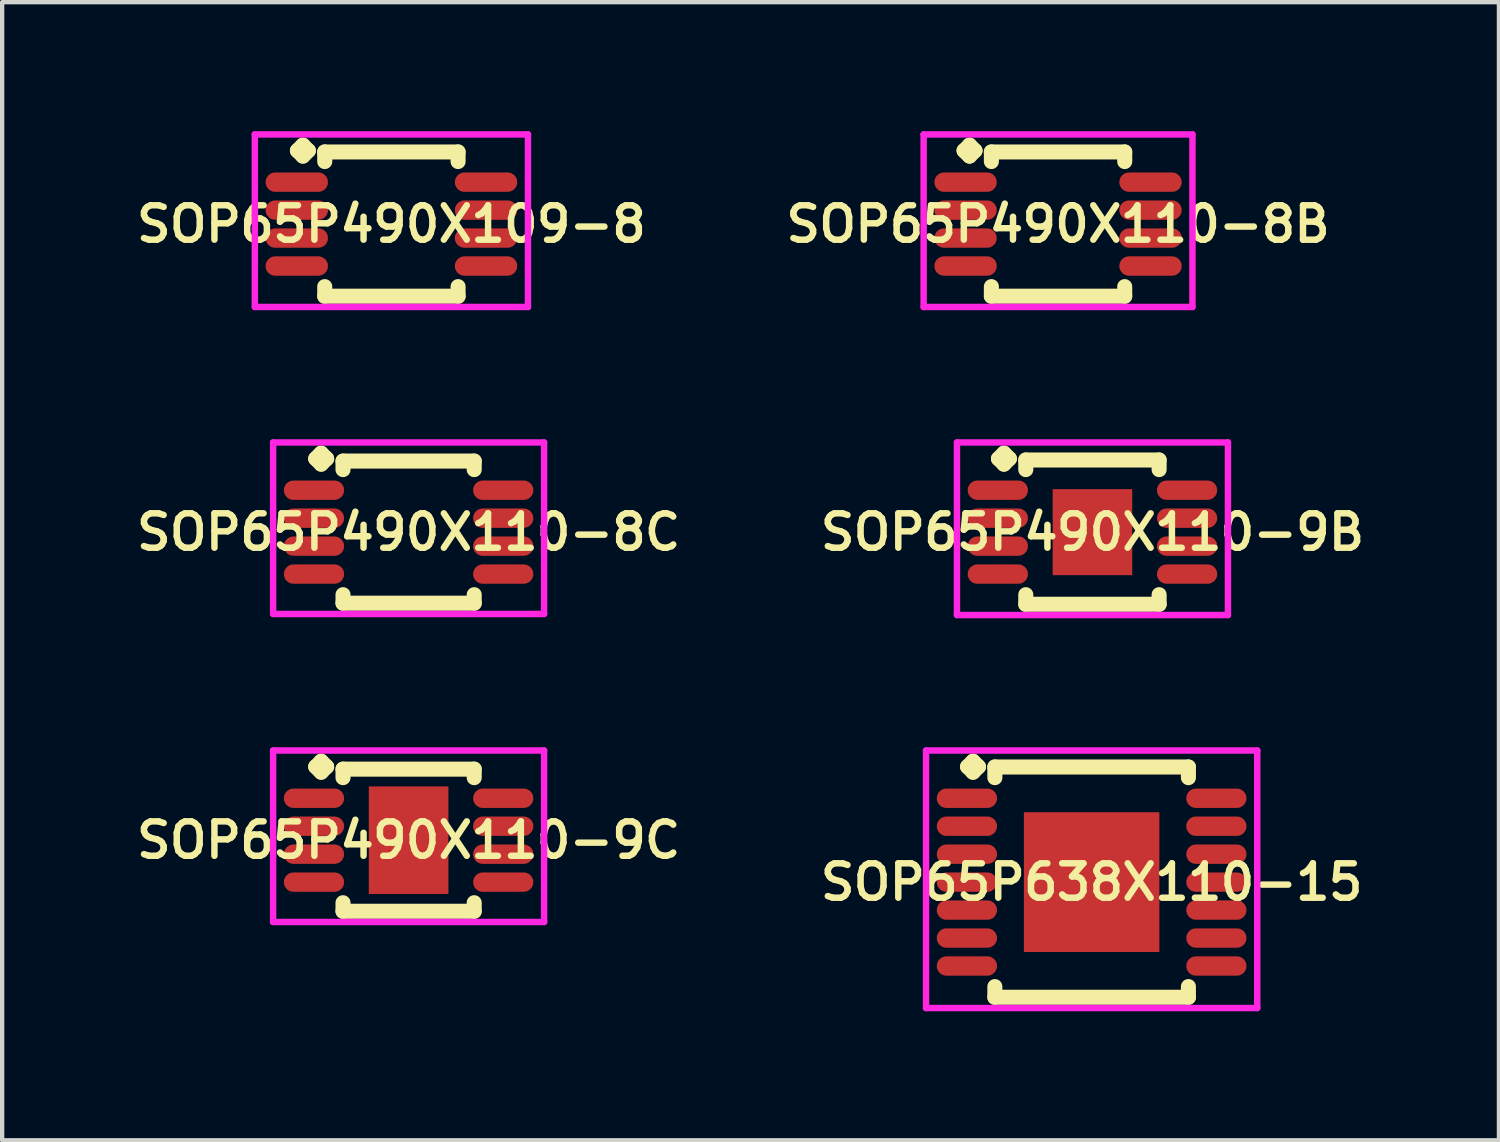
<source format=kicad_pcb>
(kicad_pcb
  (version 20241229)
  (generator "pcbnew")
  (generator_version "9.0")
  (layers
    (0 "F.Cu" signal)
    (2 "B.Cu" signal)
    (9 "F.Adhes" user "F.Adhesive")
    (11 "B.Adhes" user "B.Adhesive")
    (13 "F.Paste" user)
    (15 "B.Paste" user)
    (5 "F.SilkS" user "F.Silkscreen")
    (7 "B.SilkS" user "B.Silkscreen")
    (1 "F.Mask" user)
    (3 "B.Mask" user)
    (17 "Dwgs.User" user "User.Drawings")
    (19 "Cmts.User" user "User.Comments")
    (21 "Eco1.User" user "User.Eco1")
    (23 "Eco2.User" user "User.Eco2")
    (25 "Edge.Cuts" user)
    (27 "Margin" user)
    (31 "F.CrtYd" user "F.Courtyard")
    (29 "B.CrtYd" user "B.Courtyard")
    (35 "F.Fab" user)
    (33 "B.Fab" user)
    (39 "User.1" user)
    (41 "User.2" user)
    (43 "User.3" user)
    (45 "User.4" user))
  (footprint "SOP65P490X109-8"
    (layer "F.Cu")
    (at 6.05 2.16)
    (property "Reference" "SOP65P490X109-8" (at 0 0 0) (layer "F.SilkS") (effects (font (size 0.8 0.8) (thickness 0.15))))
    (attr smd)
    (fp_line (start -2.185 -1.708) (end -2.058 -1.835) (stroke (width 0.35) (type solid)) (layer "F.SilkS"))
    (fp_line (start -2.058 -1.835) (end -1.931 -1.708) (stroke (width 0.35) (type solid)) (layer "F.SilkS"))
    (fp_line (start -2.058 -1.581) (end -2.185 -1.708) (stroke (width 0.35) (type solid)) (layer "F.SilkS"))
    (fp_line (start -1.931 -1.708) (end -2.058 -1.581) (stroke (width 0.35) (type solid)) (layer "F.SilkS"))
    (fp_line (start -1.55 -1.677) (end 1.55 -1.677) (stroke (width 0.35) (type solid)) (layer "F.SilkS"))
    (fp_line (start -1.55 -1.454) (end -1.55 -1.677) (stroke (width 0.35) (type solid)) (layer "F.SilkS"))
    (fp_line (start -1.55 1.454) (end -1.55 1.677) (stroke (width 0.35) (type solid)) (layer "F.SilkS"))
    (fp_line (start -1.55 1.677) (end 1.55 1.677) (stroke (width 0.35) (type solid)) (layer "F.SilkS"))
    (fp_line (start 1.55 -1.677) (end 1.55 -1.454) (stroke (width 0.35) (type solid)) (layer "F.SilkS"))
    (fp_line (start 1.55 1.677) (end 1.55 1.454) (stroke (width 0.35) (type solid)) (layer "F.SilkS"))
    (fp_line (start -3.175 -2.085) (end 3.175 -2.085) (stroke (width 0.15) (type solid)) (layer "F.CrtYd"))
    (fp_line (start -3.175 1.927) (end -3.175 -2.085) (stroke (width 0.15) (type solid)) (layer "F.CrtYd"))
    (fp_line (start 3.175 -2.085) (end 3.175 1.927) (stroke (width 0.15) (type solid)) (layer "F.CrtYd"))
    (fp_line (start 3.175 1.927) (end -3.175 1.927) (stroke (width 0.15) (type solid)) (layer "F.CrtYd"))
    (pad "1" smd oval (at -2.2 -0.975) (size 1.45 0.45) (layers "F.Cu" "F.Mask" "F.Paste"))
    (pad "2" smd oval (at -2.2 -0.325) (size 1.45 0.45) (layers "F.Cu" "F.Mask" "F.Paste"))
    (pad "3" smd oval (at -2.2 0.325) (size 1.45 0.45) (layers "F.Cu" "F.Mask" "F.Paste"))
    (pad "4" smd oval (at -2.2 0.975) (size 1.45 0.45) (layers "F.Cu" "F.Mask" "F.Paste"))
    (pad "5" smd oval (at 2.2 0.975) (size 1.45 0.45) (layers "F.Cu" "F.Mask" "F.Paste"))
    (pad "6" smd oval (at 2.2 0.325) (size 1.45 0.45) (layers "F.Cu" "F.Mask" "F.Paste"))
    (pad "7" smd oval (at 2.2 -0.325) (size 1.45 0.45) (layers "F.Cu" "F.Mask" "F.Paste"))
    (pad "8" smd oval (at 2.2 -0.975) (size 1.45 0.45) (layers "F.Cu" "F.Mask" "F.Paste")))
  (footprint "SOP65P490X110-9C"
    (layer "F.Cu")
    (at 6.45 16.484)
    (property "Reference" "SOP65P490X110-9C" (at 0 0 0) (layer "F.SilkS") (effects (font (size 0.8 0.8) (thickness 0.15))))
    (attr smd)
    (fp_line (start -2.16 -1.708) (end -2.033 -1.835) (stroke (width 0.35) (type solid)) (layer "F.SilkS"))
    (fp_line (start -2.033 -1.835) (end -1.906 -1.708) (stroke (width 0.35) (type solid)) (layer "F.SilkS"))
    (fp_line (start -2.033 -1.581) (end -2.16 -1.708) (stroke (width 0.35) (type solid)) (layer "F.SilkS"))
    (fp_line (start -1.906 -1.708) (end -2.033 -1.581) (stroke (width 0.35) (type solid)) (layer "F.SilkS"))
    (fp_line (start -1.525 -1.652) (end 1.525 -1.652) (stroke (width 0.35) (type solid)) (layer "F.SilkS"))
    (fp_line (start -1.525 -1.454) (end -1.525 -1.652) (stroke (width 0.35) (type solid)) (layer "F.SilkS"))
    (fp_line (start -1.525 1.454) (end -1.525 1.652) (stroke (width 0.35) (type solid)) (layer "F.SilkS"))
    (fp_line (start -1.525 1.652) (end 1.525 1.652) (stroke (width 0.35) (type solid)) (layer "F.SilkS"))
    (fp_line (start 1.525 -1.652) (end 1.525 -1.454) (stroke (width 0.35) (type solid)) (layer "F.SilkS"))
    (fp_line (start 1.525 1.652) (end 1.525 1.454) (stroke (width 0.35) (type solid)) (layer "F.SilkS"))
    (fp_line (start -3.15 -2.085) (end 3.15 -2.085) (stroke (width 0.15) (type solid)) (layer "F.CrtYd"))
    (fp_line (start -3.15 1.902) (end -3.15 -2.085) (stroke (width 0.15) (type solid)) (layer "F.CrtYd"))
    (fp_line (start 3.15 -2.085) (end 3.15 1.902) (stroke (width 0.15) (type solid)) (layer "F.CrtYd"))
    (fp_line (start 3.15 1.902) (end -3.15 1.902) (stroke (width 0.15) (type solid)) (layer "F.CrtYd"))
    (pad "1" smd oval (at -2.2 -0.975) (size 1.4 0.45) (layers "F.Cu" "F.Mask" "F.Paste"))
    (pad "2" smd oval (at -2.2 -0.325) (size 1.4 0.45) (layers "F.Cu" "F.Mask" "F.Paste"))
    (pad "3" smd oval (at -2.2 0.325) (size 1.4 0.45) (layers "F.Cu" "F.Mask" "F.Paste"))
    (pad "4" smd oval (at -2.2 0.975) (size 1.4 0.45) (layers "F.Cu" "F.Mask" "F.Paste"))
    (pad "5" smd oval (at 2.2 0.975) (size 1.4 0.45) (layers "F.Cu" "F.Mask" "F.Paste"))
    (pad "6" smd oval (at 2.2 0.325) (size 1.4 0.45) (layers "F.Cu" "F.Mask" "F.Paste"))
    (pad "7" smd oval (at 2.2 -0.325) (size 1.4 0.45) (layers "F.Cu" "F.Mask" "F.Paste"))
    (pad "8" smd oval (at 2.2 -0.975) (size 1.4 0.45) (layers "F.Cu" "F.Mask" "F.Paste"))
    (pad "9" smd rect (at 0 0) (size 1.85 2.5) (layers "F.Cu" "F.Mask" "F.Paste")))
  (footprint "SOP65P490X110-8C"
    (layer "F.Cu")
    (at 6.45 9.322)
    (property "Reference" "SOP65P490X110-8C" (at 0 0 0) (layer "F.SilkS") (effects (font (size 0.8 0.8) (thickness 0.15))))
    (attr smd)
    (fp_line (start -2.16 -1.708) (end -2.033 -1.835) (stroke (width 0.35) (type solid)) (layer "F.SilkS"))
    (fp_line (start -2.033 -1.835) (end -1.906 -1.708) (stroke (width 0.35) (type solid)) (layer "F.SilkS"))
    (fp_line (start -2.033 -1.581) (end -2.16 -1.708) (stroke (width 0.35) (type solid)) (layer "F.SilkS"))
    (fp_line (start -1.906 -1.708) (end -2.033 -1.581) (stroke (width 0.35) (type solid)) (layer "F.SilkS"))
    (fp_line (start -1.525 -1.652) (end 1.525 -1.652) (stroke (width 0.35) (type solid)) (layer "F.SilkS"))
    (fp_line (start -1.525 -1.454) (end -1.525 -1.652) (stroke (width 0.35) (type solid)) (layer "F.SilkS"))
    (fp_line (start -1.525 1.454) (end -1.525 1.652) (stroke (width 0.35) (type solid)) (layer "F.SilkS"))
    (fp_line (start -1.525 1.652) (end 1.525 1.652) (stroke (width 0.35) (type solid)) (layer "F.SilkS"))
    (fp_line (start 1.525 -1.652) (end 1.525 -1.454) (stroke (width 0.35) (type solid)) (layer "F.SilkS"))
    (fp_line (start 1.525 1.652) (end 1.525 1.454) (stroke (width 0.35) (type solid)) (layer "F.SilkS"))
    (fp_line (start -3.15 -2.085) (end 3.15 -2.085) (stroke (width 0.15) (type solid)) (layer "F.CrtYd"))
    (fp_line (start -3.15 1.902) (end -3.15 -2.085) (stroke (width 0.15) (type solid)) (layer "F.CrtYd"))
    (fp_line (start 3.15 -2.085) (end 3.15 1.902) (stroke (width 0.15) (type solid)) (layer "F.CrtYd"))
    (fp_line (start 3.15 1.902) (end -3.15 1.902) (stroke (width 0.15) (type solid)) (layer "F.CrtYd"))
    (pad "1" smd oval (at -2.2 -0.975) (size 1.4 0.45) (layers "F.Cu" "F.Mask" "F.Paste"))
    (pad "2" smd oval (at -2.2 -0.325) (size 1.4 0.45) (layers "F.Cu" "F.Mask" "F.Paste"))
    (pad "3" smd oval (at -2.2 0.325) (size 1.4 0.45) (layers "F.Cu" "F.Mask" "F.Paste"))
    (pad "4" smd oval (at -2.2 0.975) (size 1.4 0.45) (layers "F.Cu" "F.Mask" "F.Paste"))
    (pad "5" smd oval (at 2.2 0.975) (size 1.4 0.45) (layers "F.Cu" "F.Mask" "F.Paste"))
    (pad "6" smd oval (at 2.2 0.325) (size 1.4 0.45) (layers "F.Cu" "F.Mask" "F.Paste"))
    (pad "7" smd oval (at 2.2 -0.325) (size 1.4 0.45) (layers "F.Cu" "F.Mask" "F.Paste"))
    (pad "8" smd oval (at 2.2 -0.975) (size 1.4 0.45) (layers "F.Cu" "F.Mask" "F.Paste")))
  (footprint "SOP65P490X110-8B"
    (layer "F.Cu")
    (at 21.549 2.16)
    (property "Reference" "SOP65P490X110-8B" (at 0 0 0) (layer "F.SilkS") (effects (font (size 0.8 0.8) (thickness 0.15))))
    (attr smd)
    (fp_line (start -2.185 -1.708) (end -2.058 -1.835) (stroke (width 0.35) (type solid)) (layer "F.SilkS"))
    (fp_line (start -2.058 -1.835) (end -1.931 -1.708) (stroke (width 0.35) (type solid)) (layer "F.SilkS"))
    (fp_line (start -2.058 -1.581) (end -2.185 -1.708) (stroke (width 0.35) (type solid)) (layer "F.SilkS"))
    (fp_line (start -1.931 -1.708) (end -2.058 -1.581) (stroke (width 0.35) (type solid)) (layer "F.SilkS"))
    (fp_line (start -1.55 -1.677) (end 1.55 -1.677) (stroke (width 0.35) (type solid)) (layer "F.SilkS"))
    (fp_line (start -1.55 -1.454) (end -1.55 -1.677) (stroke (width 0.35) (type solid)) (layer "F.SilkS"))
    (fp_line (start -1.55 1.454) (end -1.55 1.677) (stroke (width 0.35) (type solid)) (layer "F.SilkS"))
    (fp_line (start -1.55 1.677) (end 1.55 1.677) (stroke (width 0.35) (type solid)) (layer "F.SilkS"))
    (fp_line (start 1.55 -1.677) (end 1.55 -1.454) (stroke (width 0.35) (type solid)) (layer "F.SilkS"))
    (fp_line (start 1.55 1.677) (end 1.55 1.454) (stroke (width 0.35) (type solid)) (layer "F.SilkS"))
    (fp_line (start -3.125 -2.085) (end 3.125 -2.085) (stroke (width 0.15) (type solid)) (layer "F.CrtYd"))
    (fp_line (start -3.125 1.927) (end -3.125 -2.085) (stroke (width 0.15) (type solid)) (layer "F.CrtYd"))
    (fp_line (start 3.125 -2.085) (end 3.125 1.927) (stroke (width 0.15) (type solid)) (layer "F.CrtYd"))
    (fp_line (start 3.125 1.927) (end -3.125 1.927) (stroke (width 0.15) (type solid)) (layer "F.CrtYd"))
    (pad "1" smd oval (at -2.15 -0.975) (size 1.45 0.45) (layers "F.Cu" "F.Mask" "F.Paste"))
    (pad "2" smd oval (at -2.15 -0.325) (size 1.45 0.45) (layers "F.Cu" "F.Mask" "F.Paste"))
    (pad "3" smd oval (at -2.15 0.325) (size 1.45 0.45) (layers "F.Cu" "F.Mask" "F.Paste"))
    (pad "4" smd oval (at -2.15 0.975) (size 1.45 0.45) (layers "F.Cu" "F.Mask" "F.Paste"))
    (pad "5" smd oval (at 2.15 0.975) (size 1.45 0.45) (layers "F.Cu" "F.Mask" "F.Paste"))
    (pad "6" smd oval (at 2.15 0.325) (size 1.45 0.45) (layers "F.Cu" "F.Mask" "F.Paste"))
    (pad "7" smd oval (at 2.15 -0.325) (size 1.45 0.45) (layers "F.Cu" "F.Mask" "F.Paste"))
    (pad "8" smd oval (at 2.15 -0.975) (size 1.45 0.45) (layers "F.Cu" "F.Mask" "F.Paste")))
  (footprint "SOP65P490X110-9B"
    (layer "F.Cu")
    (at 22.349 9.322)
    (property "Reference" "SOP65P490X110-9B" (at 0 0 0) (layer "F.SilkS") (effects (font (size 0.8 0.8) (thickness 0.15))))
    (attr smd)
    (fp_line (start -2.185 -1.708) (end -2.058 -1.835) (stroke (width 0.35) (type solid)) (layer "F.SilkS"))
    (fp_line (start -2.058 -1.835) (end -1.931 -1.708) (stroke (width 0.35) (type solid)) (layer "F.SilkS"))
    (fp_line (start -2.058 -1.581) (end -2.185 -1.708) (stroke (width 0.35) (type solid)) (layer "F.SilkS"))
    (fp_line (start -1.931 -1.708) (end -2.058 -1.581) (stroke (width 0.35) (type solid)) (layer "F.SilkS"))
    (fp_line (start -1.55 -1.677) (end 1.55 -1.677) (stroke (width 0.35) (type solid)) (layer "F.SilkS"))
    (fp_line (start -1.55 -1.454) (end -1.55 -1.677) (stroke (width 0.35) (type solid)) (layer "F.SilkS"))
    (fp_line (start -1.55 1.454) (end -1.55 1.677) (stroke (width 0.35) (type solid)) (layer "F.SilkS"))
    (fp_line (start -1.55 1.677) (end 1.55 1.677) (stroke (width 0.35) (type solid)) (layer "F.SilkS"))
    (fp_line (start 1.55 -1.677) (end 1.55 -1.454) (stroke (width 0.35) (type solid)) (layer "F.SilkS"))
    (fp_line (start 1.55 1.677) (end 1.55 1.454) (stroke (width 0.35) (type solid)) (layer "F.SilkS"))
    (fp_line (start -3.15 -2.085) (end 3.15 -2.085) (stroke (width 0.15) (type solid)) (layer "F.CrtYd"))
    (fp_line (start -3.15 1.927) (end -3.15 -2.085) (stroke (width 0.15) (type solid)) (layer "F.CrtYd"))
    (fp_line (start 3.15 -2.085) (end 3.15 1.927) (stroke (width 0.15) (type solid)) (layer "F.CrtYd"))
    (fp_line (start 3.15 1.927) (end -3.15 1.927) (stroke (width 0.15) (type solid)) (layer "F.CrtYd"))
    (pad "1" smd oval (at -2.2 -0.975) (size 1.4 0.45) (layers "F.Cu" "F.Mask" "F.Paste"))
    (pad "2" smd oval (at -2.2 -0.325) (size 1.4 0.45) (layers "F.Cu" "F.Mask" "F.Paste"))
    (pad "3" smd oval (at -2.2 0.325) (size 1.4 0.45) (layers "F.Cu" "F.Mask" "F.Paste"))
    (pad "4" smd oval (at -2.2 0.975) (size 1.4 0.45) (layers "F.Cu" "F.Mask" "F.Paste"))
    (pad "5" smd oval (at 2.2 0.975) (size 1.4 0.45) (layers "F.Cu" "F.Mask" "F.Paste"))
    (pad "6" smd oval (at 2.2 0.325) (size 1.4 0.45) (layers "F.Cu" "F.Mask" "F.Paste"))
    (pad "7" smd oval (at 2.2 -0.325) (size 1.4 0.45) (layers "F.Cu" "F.Mask" "F.Paste"))
    (pad "8" smd oval (at 2.2 -0.975) (size 1.4 0.45) (layers "F.Cu" "F.Mask" "F.Paste"))
    (pad "9" smd rect (at 0 0) (size 1.85 2) (layers "F.Cu" "F.Mask" "F.Paste")))
  (footprint "SOP65P638X110-15"
    (layer "F.Cu")
    (at 22.33 17.459)
    (property "Reference" "SOP65P638X110-15" (at 0 0 0) (layer "F.SilkS") (effects (font (size 0.8 0.8) (thickness 0.15))))
    (attr smd)
    (fp_line (start -2.885 -2.683) (end -2.758 -2.81) (stroke (width 0.35) (type solid)) (layer "F.SilkS"))
    (fp_line (start -2.758 -2.81) (end -2.631 -2.683) (stroke (width 0.35) (type solid)) (layer "F.SilkS"))
    (fp_line (start -2.758 -2.556) (end -2.885 -2.683) (stroke (width 0.35) (type solid)) (layer "F.SilkS"))
    (fp_line (start -2.631 -2.683) (end -2.758 -2.556) (stroke (width 0.35) (type solid)) (layer "F.SilkS"))
    (fp_line (start -2.25 -2.677) (end 2.25 -2.677) (stroke (width 0.35) (type solid)) (layer "F.SilkS"))
    (fp_line (start -2.25 -2.429) (end -2.25 -2.677) (stroke (width 0.35) (type solid)) (layer "F.SilkS"))
    (fp_line (start -2.25 2.429) (end -2.25 2.677) (stroke (width 0.35) (type solid)) (layer "F.SilkS"))
    (fp_line (start -2.25 2.677) (end 2.25 2.677) (stroke (width 0.35) (type solid)) (layer "F.SilkS"))
    (fp_line (start 2.25 -2.677) (end 2.25 -2.429) (stroke (width 0.35) (type solid)) (layer "F.SilkS"))
    (fp_line (start 2.25 2.677) (end 2.25 2.429) (stroke (width 0.35) (type solid)) (layer "F.SilkS"))
    (fp_line (start -3.85 -3.06) (end 3.85 -3.06) (stroke (width 0.15) (type solid)) (layer "F.CrtYd"))
    (fp_line (start -3.85 2.927) (end -3.85 -3.06) (stroke (width 0.15) (type solid)) (layer "F.CrtYd"))
    (fp_line (start 3.85 -3.06) (end 3.85 2.927) (stroke (width 0.15) (type solid)) (layer "F.CrtYd"))
    (fp_line (start 3.85 2.927) (end -3.85 2.927) (stroke (width 0.15) (type solid)) (layer "F.CrtYd"))
    (pad "1" smd oval (at -2.9 -1.95) (size 1.4 0.45) (layers "F.Cu" "F.Mask" "F.Paste"))
    (pad "2" smd oval (at -2.9 -1.3) (size 1.4 0.45) (layers "F.Cu" "F.Mask" "F.Paste"))
    (pad "3" smd oval (at -2.9 -0.65) (size 1.4 0.45) (layers "F.Cu" "F.Mask" "F.Paste"))
    (pad "4" smd oval (at -2.9 0) (size 1.4 0.45) (layers "F.Cu" "F.Mask" "F.Paste"))
    (pad "5" smd oval (at -2.9 0.65) (size 1.4 0.45) (layers "F.Cu" "F.Mask" "F.Paste"))
    (pad "6" smd oval (at -2.9 1.3) (size 1.4 0.45) (layers "F.Cu" "F.Mask" "F.Paste"))
    (pad "7" smd oval (at -2.9 1.95) (size 1.4 0.45) (layers "F.Cu" "F.Mask" "F.Paste"))
    (pad "8" smd oval (at 2.9 1.95) (size 1.4 0.45) (layers "F.Cu" "F.Mask" "F.Paste"))
    (pad "9" smd oval (at 2.9 1.3) (size 1.4 0.45) (layers "F.Cu" "F.Mask" "F.Paste"))
    (pad "10" smd oval (at 2.9 0.65) (size 1.4 0.45) (layers "F.Cu" "F.Mask" "F.Paste"))
    (pad "11" smd oval (at 2.9 0) (size 1.4 0.45) (layers "F.Cu" "F.Mask" "F.Paste"))
    (pad "12" smd oval (at 2.9 -0.65) (size 1.4 0.45) (layers "F.Cu" "F.Mask" "F.Paste"))
    (pad "13" smd oval (at 2.9 -1.3) (size 1.4 0.45) (layers "F.Cu" "F.Mask" "F.Paste"))
    (pad "14" smd oval (at 2.9 -1.95) (size 1.4 0.45) (layers "F.Cu" "F.Mask" "F.Paste"))
    (pad "15" smd rect (at 0 0) (size 3.15 3.25) (layers "F.Cu" "F.Mask" "F.Paste")))
  (gr_rect
    (start -3 -3)
    (end 31.799 23.461)
    (stroke (width 0.1) (type default))
    (fill no)
    (layer "Edge.Cuts")))
</source>
